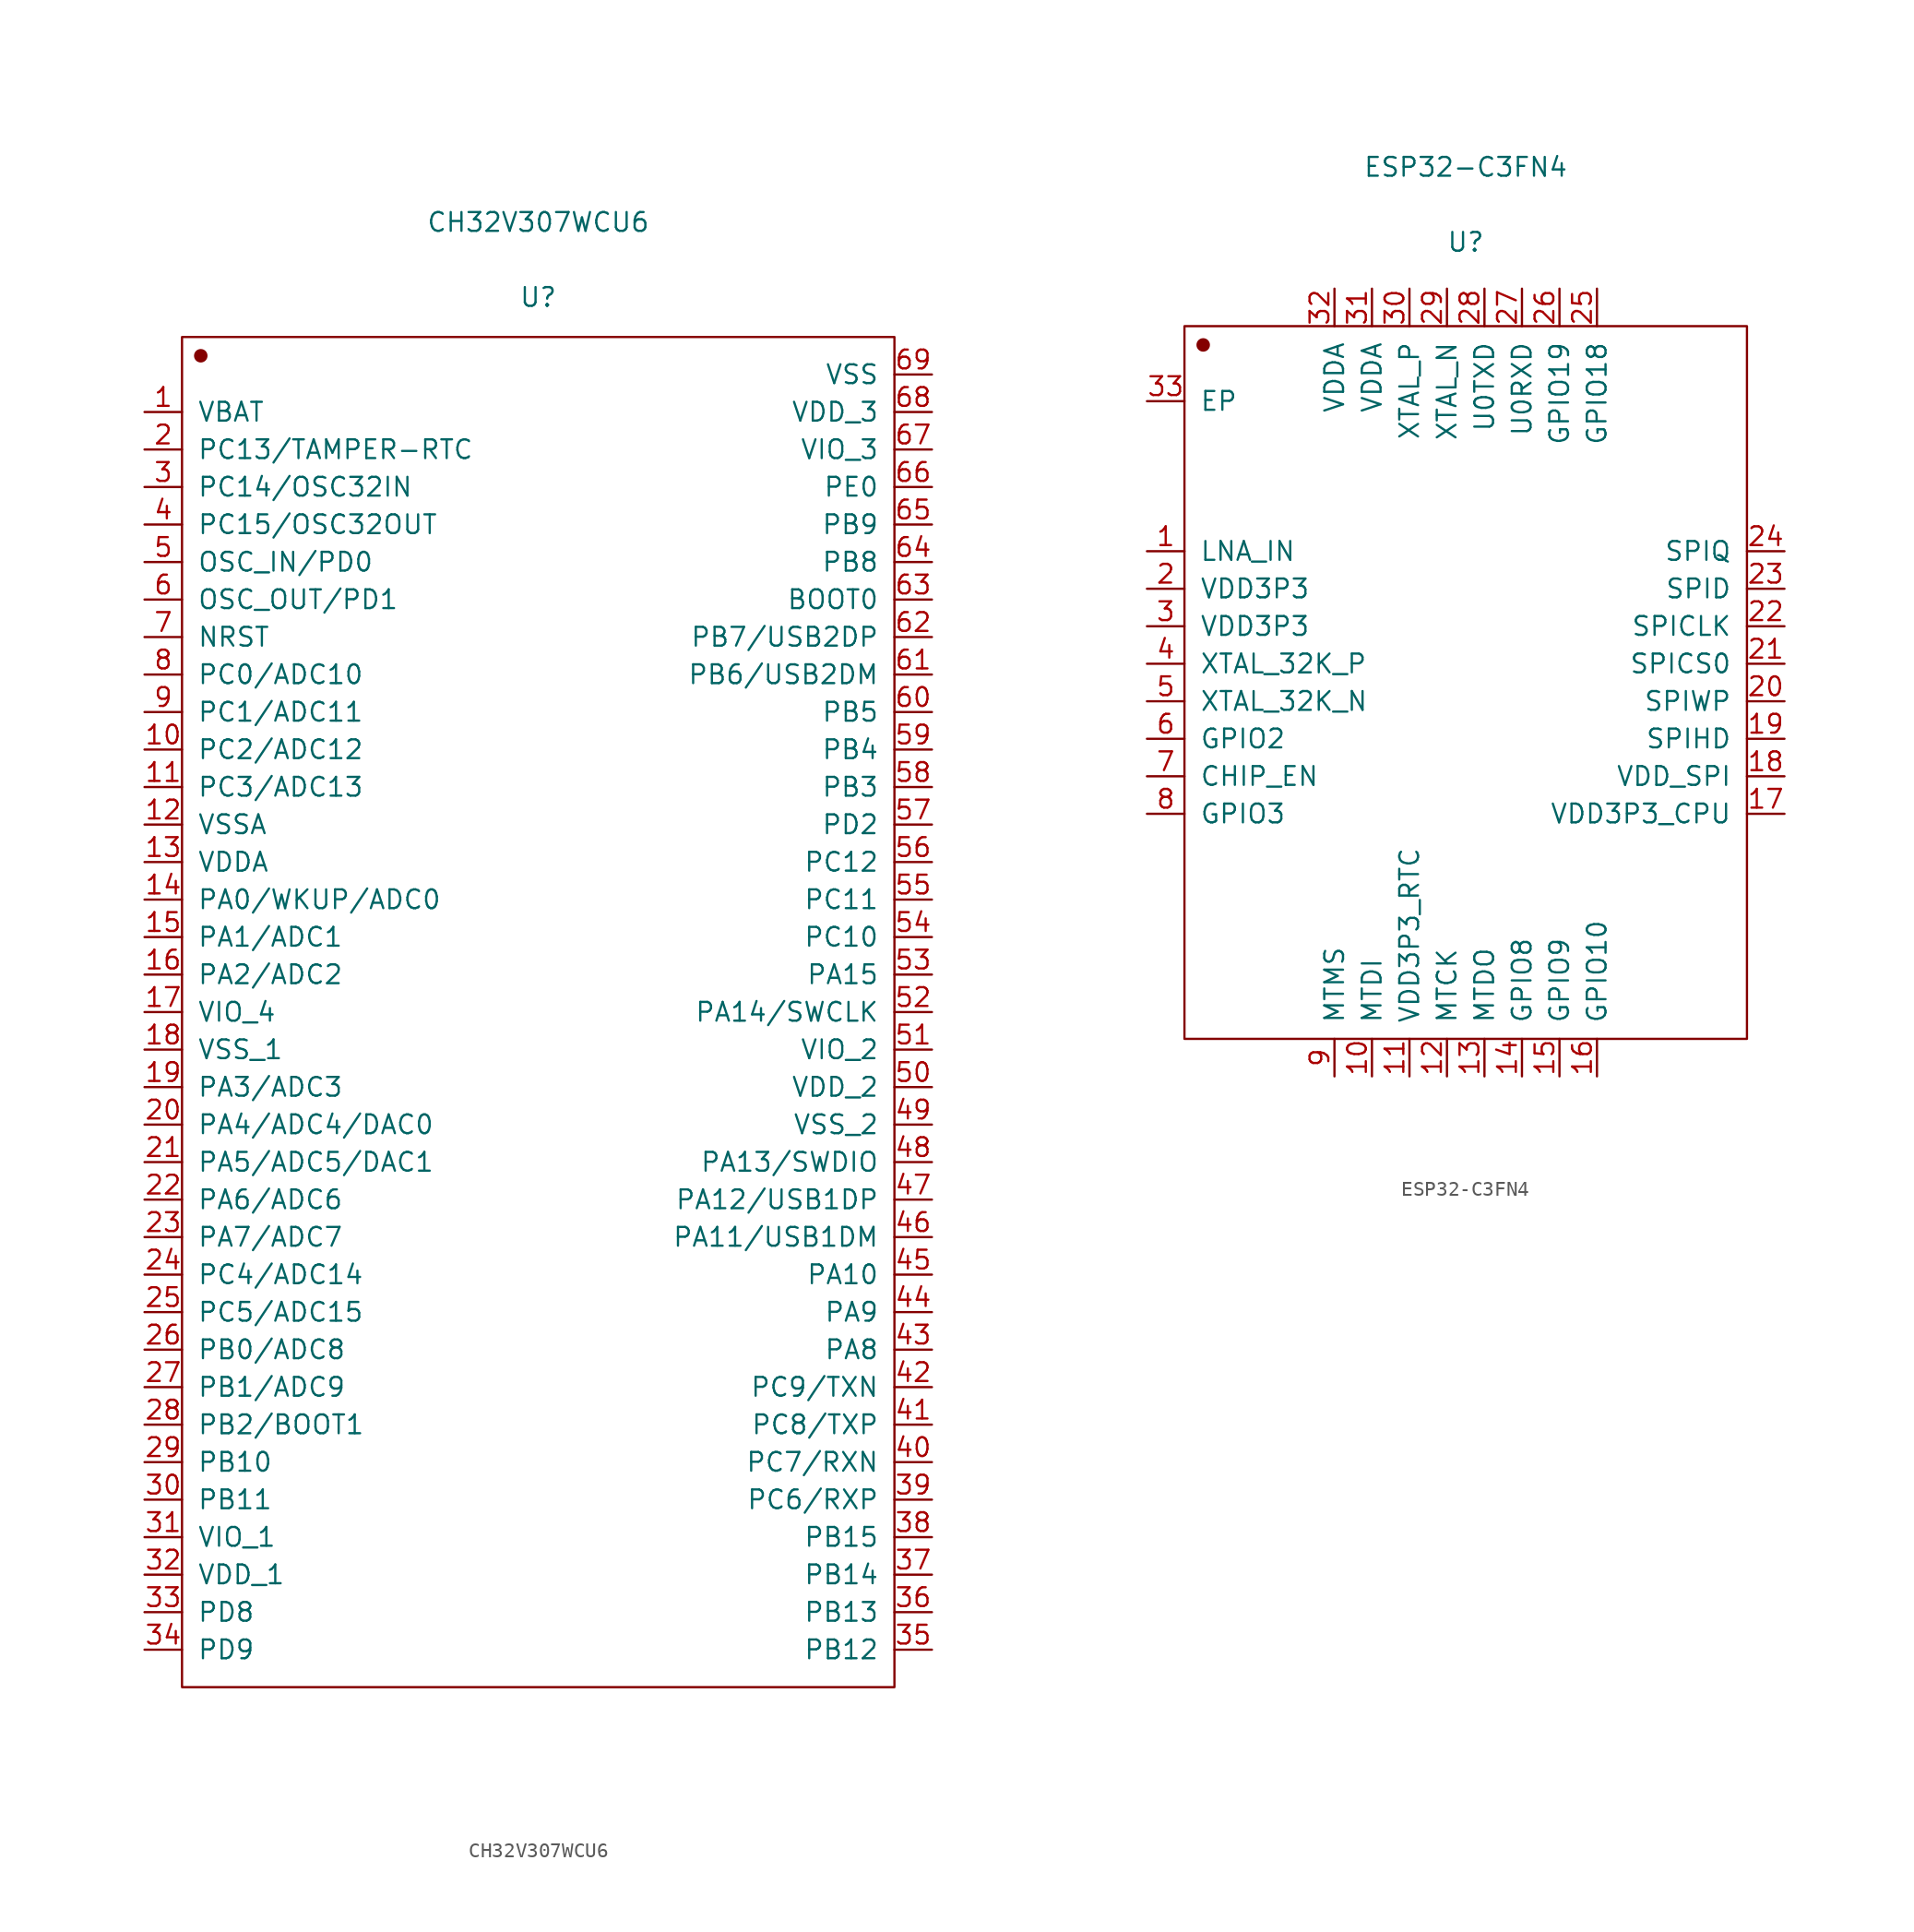
<source format=kicad_sym>
(kicad_symbol_lib
  (version 20211014)
  (generator kicad_symbol_editor)
  (symbol "CH32V307WCU6"
    (pin_names
      (offset 1.016))
    (property "Reference" "U"
      (at 0 48.412 0)
      (effects (font (size 1.27 1.27))))
    (property "Value" "CH32V307WCU6"
      (at 0 53.492 0)
      (effects (font (size 1.27 1.27))))
    (symbol "CH32V307WCU6_1_1"
      (rectangle (start -24.13 45.72) (end 24.13 -45.72) (stroke (width 0.152) (type default) (color 0 0 0 0)) (fill (type none)))
      (circle (center -22.86 44.45) (radius 0.381) (stroke (width 0.152) (type default) (color 0 0 0 0)) (fill (type outline)))
      (pin input line (at -26.67 40.64 0) (length 2.54) (name "VBAT" (effects (font (size 1.27 1.27)))) (number "1" (effects (font (size 1.27 1.27)))))
      (pin input line (at -26.67 17.78 0) (length 2.54) (name "PC2/ADC12" (effects (font (size 1.27 1.27)))) (number "10" (effects (font (size 1.27 1.27)))))
      (pin input line (at -26.67 15.24 0) (length 2.54) (name "PC3/ADC13" (effects (font (size 1.27 1.27)))) (number "11" (effects (font (size 1.27 1.27)))))
      (pin input line (at -26.67 12.7 0) (length 2.54) (name "VSSA" (effects (font (size 1.27 1.27)))) (number "12" (effects (font (size 1.27 1.27)))))
      (pin input line (at -26.67 10.16 0) (length 2.54) (name "VDDA" (effects (font (size 1.27 1.27)))) (number "13" (effects (font (size 1.27 1.27)))))
      (pin input line (at -26.67 7.62 0) (length 2.54) (name "PA0/WKUP/ADC0" (effects (font (size 1.27 1.27)))) (number "14" (effects (font (size 1.27 1.27)))))
      (pin input line (at -26.67 5.08 0) (length 2.54) (name "PA1/ADC1" (effects (font (size 1.27 1.27)))) (number "15" (effects (font (size 1.27 1.27)))))
      (pin input line (at -26.67 2.54 0) (length 2.54) (name "PA2/ADC2" (effects (font (size 1.27 1.27)))) (number "16" (effects (font (size 1.27 1.27)))))
      (pin input line (at -26.67 0 0) (length 2.54) (name "VIO_4" (effects (font (size 1.27 1.27)))) (number "17" (effects (font (size 1.27 1.27)))))
      (pin input line (at -26.67 -2.54 0) (length 2.54) (name "VSS_1" (effects (font (size 1.27 1.27)))) (number "18" (effects (font (size 1.27 1.27)))))
      (pin input line (at -26.67 -5.08 0) (length 2.54) (name "PA3/ADC3" (effects (font (size 1.27 1.27)))) (number "19" (effects (font (size 1.27 1.27)))))
      (pin input line (at -26.67 38.1 0) (length 2.54) (name "PC13/TAMPER-RTC" (effects (font (size 1.27 1.27)))) (number "2" (effects (font (size 1.27 1.27)))))
      (pin input line (at -26.67 -7.62 0) (length 2.54) (name "PA4/ADC4/DAC0" (effects (font (size 1.27 1.27)))) (number "20" (effects (font (size 1.27 1.27)))))
      (pin input line (at -26.67 -10.16 0) (length 2.54) (name "PA5/ADC5/DAC1" (effects (font (size 1.27 1.27)))) (number "21" (effects (font (size 1.27 1.27)))))
      (pin input line (at -26.67 -12.7 0) (length 2.54) (name "PA6/ADC6" (effects (font (size 1.27 1.27)))) (number "22" (effects (font (size 1.27 1.27)))))
      (pin input line (at -26.67 -15.24 0) (length 2.54) (name "PA7/ADC7" (effects (font (size 1.27 1.27)))) (number "23" (effects (font (size 1.27 1.27)))))
      (pin input line (at -26.67 -17.78 0) (length 2.54) (name "PC4/ADC14" (effects (font (size 1.27 1.27)))) (number "24" (effects (font (size 1.27 1.27)))))
      (pin input line (at -26.67 -20.32 0) (length 2.54) (name "PC5/ADC15" (effects (font (size 1.27 1.27)))) (number "25" (effects (font (size 1.27 1.27)))))
      (pin input line (at -26.67 -22.86 0) (length 2.54) (name "PB0/ADC8" (effects (font (size 1.27 1.27)))) (number "26" (effects (font (size 1.27 1.27)))))
      (pin input line (at -26.67 -25.4 0) (length 2.54) (name "PB1/ADC9" (effects (font (size 1.27 1.27)))) (number "27" (effects (font (size 1.27 1.27)))))
      (pin input line (at -26.67 -27.94 0) (length 2.54) (name "PB2/BOOT1" (effects (font (size 1.27 1.27)))) (number "28" (effects (font (size 1.27 1.27)))))
      (pin input line (at -26.67 -30.48 0) (length 2.54) (name "PB10" (effects (font (size 1.27 1.27)))) (number "29" (effects (font (size 1.27 1.27)))))
      (pin input line (at -26.67 35.56 0) (length 2.54) (name "PC14/OSC32IN" (effects (font (size 1.27 1.27)))) (number "3" (effects (font (size 1.27 1.27)))))
      (pin input line (at -26.67 -33.02 0) (length 2.54) (name "PB11" (effects (font (size 1.27 1.27)))) (number "30" (effects (font (size 1.27 1.27)))))
      (pin input line (at -26.67 -35.56 0) (length 2.54) (name "VIO_1" (effects (font (size 1.27 1.27)))) (number "31" (effects (font (size 1.27 1.27)))))
      (pin input line (at -26.67 -38.1 0) (length 2.54) (name "VDD_1" (effects (font (size 1.27 1.27)))) (number "32" (effects (font (size 1.27 1.27)))))
      (pin input line (at -26.67 -40.64 0) (length 2.54) (name "PD8" (effects (font (size 1.27 1.27)))) (number "33" (effects (font (size 1.27 1.27)))))
      (pin input line (at -26.67 -43.18 0) (length 2.54) (name "PD9" (effects (font (size 1.27 1.27)))) (number "34" (effects (font (size 1.27 1.27)))))
      (pin input line (at 26.67 -43.18 180) (length 2.54) (name "PB12" (effects (font (size 1.27 1.27)))) (number "35" (effects (font (size 1.27 1.27)))))
      (pin input line (at 26.67 -40.64 180) (length 2.54) (name "PB13" (effects (font (size 1.27 1.27)))) (number "36" (effects (font (size 1.27 1.27)))))
      (pin input line (at 26.67 -38.1 180) (length 2.54) (name "PB14" (effects (font (size 1.27 1.27)))) (number "37" (effects (font (size 1.27 1.27)))))
      (pin input line (at 26.67 -35.56 180) (length 2.54) (name "PB15" (effects (font (size 1.27 1.27)))) (number "38" (effects (font (size 1.27 1.27)))))
      (pin input line (at 26.67 -33.02 180) (length 2.54) (name "PC6/RXP" (effects (font (size 1.27 1.27)))) (number "39" (effects (font (size 1.27 1.27)))))
      (pin input line (at -26.67 33.02 0) (length 2.54) (name "PC15/OSC32OUT" (effects (font (size 1.27 1.27)))) (number "4" (effects (font (size 1.27 1.27)))))
      (pin input line (at 26.67 -30.48 180) (length 2.54) (name "PC7/RXN" (effects (font (size 1.27 1.27)))) (number "40" (effects (font (size 1.27 1.27)))))
      (pin input line (at 26.67 -27.94 180) (length 2.54) (name "PC8/TXP" (effects (font (size 1.27 1.27)))) (number "41" (effects (font (size 1.27 1.27)))))
      (pin input line (at 26.67 -25.4 180) (length 2.54) (name "PC9/TXN" (effects (font (size 1.27 1.27)))) (number "42" (effects (font (size 1.27 1.27)))))
      (pin input line (at 26.67 -22.86 180) (length 2.54) (name "PA8" (effects (font (size 1.27 1.27)))) (number "43" (effects (font (size 1.27 1.27)))))
      (pin input line (at 26.67 -20.32 180) (length 2.54) (name "PA9" (effects (font (size 1.27 1.27)))) (number "44" (effects (font (size 1.27 1.27)))))
      (pin input line (at 26.67 -17.78 180) (length 2.54) (name "PA10" (effects (font (size 1.27 1.27)))) (number "45" (effects (font (size 1.27 1.27)))))
      (pin input line (at 26.67 -15.24 180) (length 2.54) (name "PA11/USB1DM" (effects (font (size 1.27 1.27)))) (number "46" (effects (font (size 1.27 1.27)))))
      (pin input line (at 26.67 -12.7 180) (length 2.54) (name "PA12/USB1DP" (effects (font (size 1.27 1.27)))) (number "47" (effects (font (size 1.27 1.27)))))
      (pin input line (at 26.67 -10.16 180) (length 2.54) (name "PA13/SWDIO" (effects (font (size 1.27 1.27)))) (number "48" (effects (font (size 1.27 1.27)))))
      (pin input line (at 26.67 -7.62 180) (length 2.54) (name "VSS_2" (effects (font (size 1.27 1.27)))) (number "49" (effects (font (size 1.27 1.27)))))
      (pin input line (at -26.67 30.48 0) (length 2.54) (name "OSC_IN/PD0" (effects (font (size 1.27 1.27)))) (number "5" (effects (font (size 1.27 1.27)))))
      (pin input line (at 26.67 -5.08 180) (length 2.54) (name "VDD_2" (effects (font (size 1.27 1.27)))) (number "50" (effects (font (size 1.27 1.27)))))
      (pin input line (at 26.67 -2.54 180) (length 2.54) (name "VIO_2" (effects (font (size 1.27 1.27)))) (number "51" (effects (font (size 1.27 1.27)))))
      (pin input line (at 26.67 0 180) (length 2.54) (name "PA14/SWCLK" (effects (font (size 1.27 1.27)))) (number "52" (effects (font (size 1.27 1.27)))))
      (pin input line (at 26.67 2.54 180) (length 2.54) (name "PA15" (effects (font (size 1.27 1.27)))) (number "53" (effects (font (size 1.27 1.27)))))
      (pin input line (at 26.67 5.08 180) (length 2.54) (name "PC10" (effects (font (size 1.27 1.27)))) (number "54" (effects (font (size 1.27 1.27)))))
      (pin input line (at 26.67 7.62 180) (length 2.54) (name "PC11" (effects (font (size 1.27 1.27)))) (number "55" (effects (font (size 1.27 1.27)))))
      (pin input line (at 26.67 10.16 180) (length 2.54) (name "PC12" (effects (font (size 1.27 1.27)))) (number "56" (effects (font (size 1.27 1.27)))))
      (pin input line (at 26.67 12.7 180) (length 2.54) (name "PD2" (effects (font (size 1.27 1.27)))) (number "57" (effects (font (size 1.27 1.27)))))
      (pin input line (at 26.67 15.24 180) (length 2.54) (name "PB3" (effects (font (size 1.27 1.27)))) (number "58" (effects (font (size 1.27 1.27)))))
      (pin input line (at 26.67 17.78 180) (length 2.54) (name "PB4" (effects (font (size 1.27 1.27)))) (number "59" (effects (font (size 1.27 1.27)))))
      (pin input line (at -26.67 27.94 0) (length 2.54) (name "OSC_OUT/PD1" (effects (font (size 1.27 1.27)))) (number "6" (effects (font (size 1.27 1.27)))))
      (pin input line (at 26.67 20.32 180) (length 2.54) (name "PB5" (effects (font (size 1.27 1.27)))) (number "60" (effects (font (size 1.27 1.27)))))
      (pin input line (at 26.67 22.86 180) (length 2.54) (name "PB6/USB2DM" (effects (font (size 1.27 1.27)))) (number "61" (effects (font (size 1.27 1.27)))))
      (pin input line (at 26.67 25.4 180) (length 2.54) (name "PB7/USB2DP" (effects (font (size 1.27 1.27)))) (number "62" (effects (font (size 1.27 1.27)))))
      (pin input line (at 26.67 27.94 180) (length 2.54) (name "BOOT0" (effects (font (size 1.27 1.27)))) (number "63" (effects (font (size 1.27 1.27)))))
      (pin input line (at 26.67 30.48 180) (length 2.54) (name "PB8" (effects (font (size 1.27 1.27)))) (number "64" (effects (font (size 1.27 1.27)))))
      (pin input line (at 26.67 33.02 180) (length 2.54) (name "PB9" (effects (font (size 1.27 1.27)))) (number "65" (effects (font (size 1.27 1.27)))))
      (pin input line (at 26.67 35.56 180) (length 2.54) (name "PE0" (effects (font (size 1.27 1.27)))) (number "66" (effects (font (size 1.27 1.27)))))
      (pin input line (at 26.67 38.1 180) (length 2.54) (name "VIO_3" (effects (font (size 1.27 1.27)))) (number "67" (effects (font (size 1.27 1.27)))))
      (pin input line (at 26.67 40.64 180) (length 2.54) (name "VDD_3" (effects (font (size 1.27 1.27)))) (number "68" (effects (font (size 1.27 1.27)))))
      (pin input line (at 26.67 43.18 180) (length 2.54) (name "VSS" (effects (font (size 1.27 1.27)))) (number "69" (effects (font (size 1.27 1.27)))))
      (pin input line (at -26.67 25.4 0) (length 2.54) (name "NRST" (effects (font (size 1.27 1.27)))) (number "7" (effects (font (size 1.27 1.27)))))
      (pin input line (at -26.67 22.86 0) (length 2.54) (name "PC0/ADC10" (effects (font (size 1.27 1.27)))) (number "8" (effects (font (size 1.27 1.27)))))
      (pin input line (at -26.67 20.32 0) (length 2.54) (name "PC1/ADC11" (effects (font (size 1.27 1.27)))) (number "9" (effects (font (size 1.27 1.27)))))))
  (symbol "ESP32-C3FN4"
    (pin_names
      (offset 1.016))
    (property "Reference" "U"
      (at 0 29.82 0)
      (effects (font (size 1.27 1.27))))
    (property "Value" "ESP32-C3FN4"
      (at 0 34.9 0)
      (effects (font (size 1.27 1.27))))
    (symbol "ESP32-C3FN4_1_1"
      (rectangle (start -19.05 24.13) (end 19.05 -24.13) (stroke (width 0.152) (type default) (color 0 0 0 0)) (fill (type none)))
      (circle (center -17.78 22.86) (radius 0.381) (stroke (width 0.152) (type default) (color 0 0 0 0)) (fill (type outline)))
      (pin input line (at -21.59 8.89 0) (length 2.54) (name "LNA_IN" (effects (font (size 1.27 1.27)))) (number "1" (effects (font (size 1.27 1.27)))))
      (pin input line (at -6.35 -26.67 90) (length 2.54) (name "MTDI" (effects (font (size 1.27 1.27)))) (number "10" (effects (font (size 1.27 1.27)))))
      (pin input line (at -3.81 -26.67 90) (length 2.54) (name "VDD3P3_RTC" (effects (font (size 1.27 1.27)))) (number "11" (effects (font (size 1.27 1.27)))))
      (pin input line (at -1.27 -26.67 90) (length 2.54) (name "MTCK" (effects (font (size 1.27 1.27)))) (number "12" (effects (font (size 1.27 1.27)))))
      (pin input line (at 1.27 -26.67 90) (length 2.54) (name "MTDO" (effects (font (size 1.27 1.27)))) (number "13" (effects (font (size 1.27 1.27)))))
      (pin input line (at 3.81 -26.67 90) (length 2.54) (name "GPIO8" (effects (font (size 1.27 1.27)))) (number "14" (effects (font (size 1.27 1.27)))))
      (pin input line (at 6.35 -26.67 90) (length 2.54) (name "GPIO9" (effects (font (size 1.27 1.27)))) (number "15" (effects (font (size 1.27 1.27)))))
      (pin input line (at 8.89 -26.67 90) (length 2.54) (name "GPIO10" (effects (font (size 1.27 1.27)))) (number "16" (effects (font (size 1.27 1.27)))))
      (pin input line (at 21.59 -8.89 180) (length 2.54) (name "VDD3P3_CPU" (effects (font (size 1.27 1.27)))) (number "17" (effects (font (size 1.27 1.27)))))
      (pin input line (at 21.59 -6.35 180) (length 2.54) (name "VDD_SPI" (effects (font (size 1.27 1.27)))) (number "18" (effects (font (size 1.27 1.27)))))
      (pin input line (at 21.59 -3.81 180) (length 2.54) (name "SPIHD" (effects (font (size 1.27 1.27)))) (number "19" (effects (font (size 1.27 1.27)))))
      (pin input line (at -21.59 6.35 0) (length 2.54) (name "VDD3P3" (effects (font (size 1.27 1.27)))) (number "2" (effects (font (size 1.27 1.27)))))
      (pin input line (at 21.59 -1.27 180) (length 2.54) (name "SPIWP" (effects (font (size 1.27 1.27)))) (number "20" (effects (font (size 1.27 1.27)))))
      (pin input line (at 21.59 1.27 180) (length 2.54) (name "SPICS0" (effects (font (size 1.27 1.27)))) (number "21" (effects (font (size 1.27 1.27)))))
      (pin input line (at 21.59 3.81 180) (length 2.54) (name "SPICLK" (effects (font (size 1.27 1.27)))) (number "22" (effects (font (size 1.27 1.27)))))
      (pin input line (at 21.59 6.35 180) (length 2.54) (name "SPID" (effects (font (size 1.27 1.27)))) (number "23" (effects (font (size 1.27 1.27)))))
      (pin input line (at 21.59 8.89 180) (length 2.54) (name "SPIQ" (effects (font (size 1.27 1.27)))) (number "24" (effects (font (size 1.27 1.27)))))
      (pin input line (at 8.89 26.67 270) (length 2.54) (name "GPIO18" (effects (font (size 1.27 1.27)))) (number "25" (effects (font (size 1.27 1.27)))))
      (pin input line (at 6.35 26.67 270) (length 2.54) (name "GPIO19" (effects (font (size 1.27 1.27)))) (number "26" (effects (font (size 1.27 1.27)))))
      (pin input line (at 3.81 26.67 270) (length 2.54) (name "U0RXD" (effects (font (size 1.27 1.27)))) (number "27" (effects (font (size 1.27 1.27)))))
      (pin input line (at 1.27 26.67 270) (length 2.54) (name "U0TXD" (effects (font (size 1.27 1.27)))) (number "28" (effects (font (size 1.27 1.27)))))
      (pin input line (at -1.27 26.67 270) (length 2.54) (name "XTAL_N" (effects (font (size 1.27 1.27)))) (number "29" (effects (font (size 1.27 1.27)))))
      (pin input line (at -21.59 3.81 0) (length 2.54) (name "VDD3P3" (effects (font (size 1.27 1.27)))) (number "3" (effects (font (size 1.27 1.27)))))
      (pin input line (at -3.81 26.67 270) (length 2.54) (name "XTAL_P" (effects (font (size 1.27 1.27)))) (number "30" (effects (font (size 1.27 1.27)))))
      (pin input line (at -6.35 26.67 270) (length 2.54) (name "VDDA" (effects (font (size 1.27 1.27)))) (number "31" (effects (font (size 1.27 1.27)))))
      (pin input line (at -8.89 26.67 270) (length 2.54) (name "VDDA" (effects (font (size 1.27 1.27)))) (number "32" (effects (font (size 1.27 1.27)))))
      (pin input line (at -21.59 19.05 0) (length 2.54) (name "EP" (effects (font (size 1.27 1.27)))) (number "33" (effects (font (size 1.27 1.27)))))
      (pin input line (at -21.59 1.27 0) (length 2.54) (name "XTAL_32K_P" (effects (font (size 1.27 1.27)))) (number "4" (effects (font (size 1.27 1.27)))))
      (pin input line (at -21.59 -1.27 0) (length 2.54) (name "XTAL_32K_N" (effects (font (size 1.27 1.27)))) (number "5" (effects (font (size 1.27 1.27)))))
      (pin input line (at -21.59 -3.81 0) (length 2.54) (name "GPIO2" (effects (font (size 1.27 1.27)))) (number "6" (effects (font (size 1.27 1.27)))))
      (pin input line (at -21.59 -6.35 0) (length 2.54) (name "CHIP_EN" (effects (font (size 1.27 1.27)))) (number "7" (effects (font (size 1.27 1.27)))))
      (pin input line (at -21.59 -8.89 0) (length 2.54) (name "GPIO3" (effects (font (size 1.27 1.27)))) (number "8" (effects (font (size 1.27 1.27)))))
      (pin input line (at -8.89 -26.67 90) (length 2.54) (name "MTMS" (effects (font (size 1.27 1.27)))) (number "9" (effects (font (size 1.27 1.27))))))))
</source>
